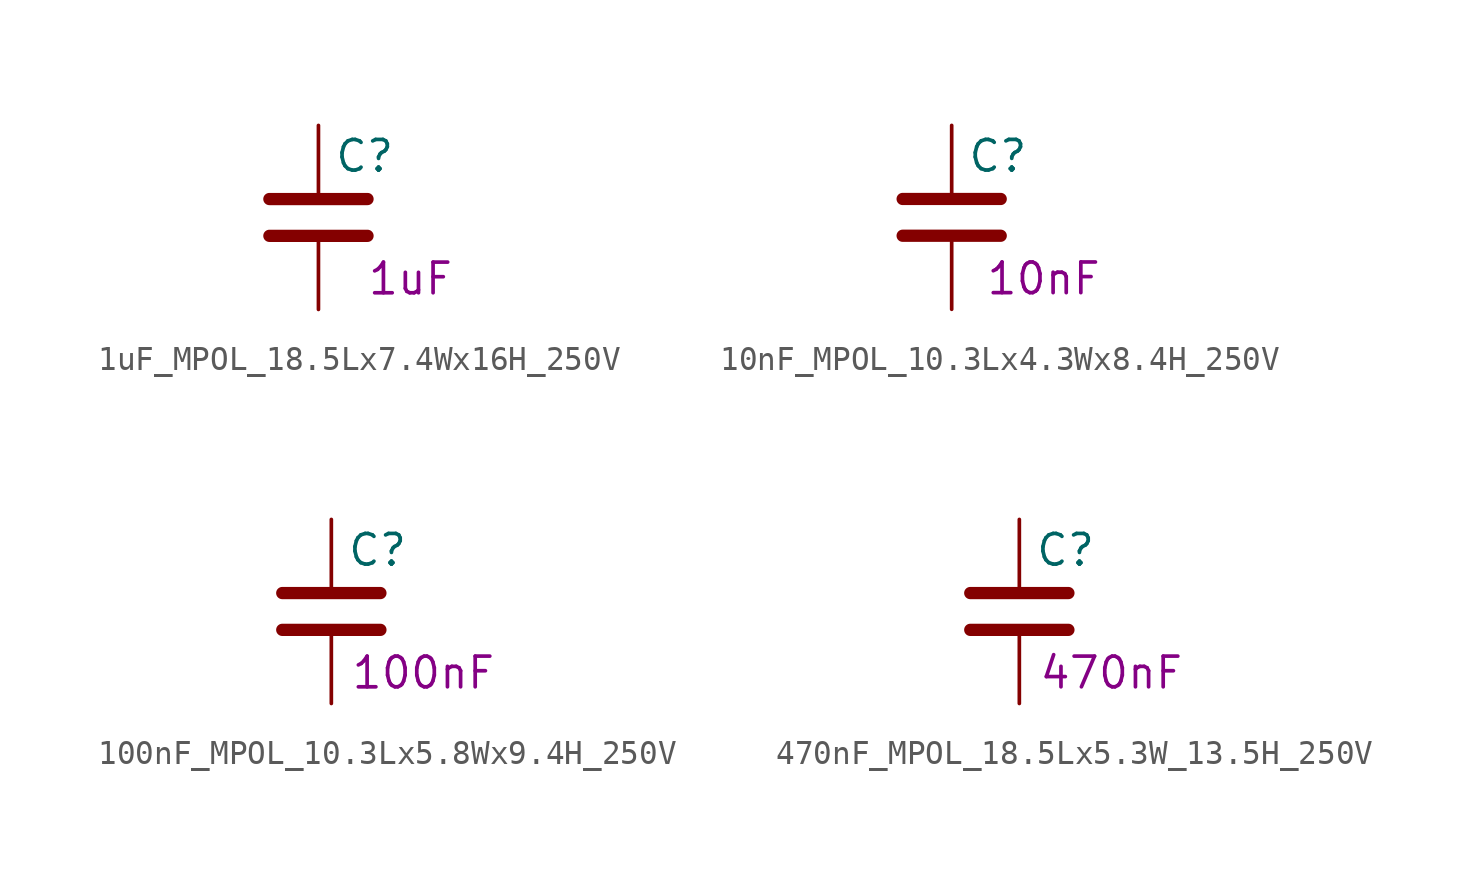
<source format=kicad_sym>
(kicad_symbol_lib
  (version 20211014)
  (generator kicad_symbol_editor)
  (symbol "1uF_MPOL_18.5Lx7.4Wx16H_250V"
    (pin_numbers hide)
    (pin_names
      (offset 0.254))
    (property "Reference" "C"
      (at 0.635 2.54 0)
      (effects (font (size 1.27 1.27)) (justify left)))
    (property "Capacitance" "1uF"
      (at 3.81 -2.54 0)
      (effects (font (size 1.27 1.27))))
    (symbol "1uF_MPOL_18.5Lx7.4Wx16H_250V_0_1"
      (polyline (pts (xy -2.032 -0.762) (xy 2.032 -0.762)) (stroke (width 0.508) (type default) (color 0 0 0 0)) (fill (type none)))
      (polyline (pts (xy -2.032 0.762) (xy 2.032 0.762)) (stroke (width 0.508) (type default) (color 0 0 0 0)) (fill (type none))))
    (symbol "1uF_MPOL_18.5Lx7.4Wx16H_250V_1_1"
      (pin passive line (at 0 3.81 270) (length 2.794) (name "~" (effects (font (size 1.27 1.27)))) (number "1" (effects (font (size 1.27 1.27)))))
      (pin passive line (at 0 -3.81 90) (length 2.794) (name "~" (effects (font (size 1.27 1.27)))) (number "2" (effects (font (size 1.27 1.27)))))))
  (symbol "10nF_MPOL_10.3Lx4.3Wx8.4H_250V"
    (pin_numbers hide)
    (pin_names
      (offset 0.254))
    (property "Reference" "C"
      (at 0.635 2.54 0)
      (effects (font (size 1.27 1.27)) (justify left)))
    (property "Capacitance" "10nF"
      (at 3.81 -2.54 0)
      (effects (font (size 1.27 1.27))))
    (symbol "10nF_MPOL_10.3Lx4.3Wx8.4H_250V_0_1"
      (polyline (pts (xy -2.032 -0.762) (xy 2.032 -0.762)) (stroke (width 0.508) (type default) (color 0 0 0 0)) (fill (type none)))
      (polyline (pts (xy -2.032 0.762) (xy 2.032 0.762)) (stroke (width 0.508) (type default) (color 0 0 0 0)) (fill (type none))))
    (symbol "10nF_MPOL_10.3Lx4.3Wx8.4H_250V_1_1"
      (pin passive line (at 0 3.81 270) (length 2.794) (name "~" (effects (font (size 1.27 1.27)))) (number "1" (effects (font (size 1.27 1.27)))))
      (pin passive line (at 0 -3.81 90) (length 2.794) (name "~" (effects (font (size 1.27 1.27)))) (number "2" (effects (font (size 1.27 1.27)))))))
  (symbol "100nF_MPOL_10.3Lx5.8Wx9.4H_250V"
    (pin_numbers hide)
    (pin_names
      (offset 0.254))
    (property "Reference" "C"
      (at 0.635 2.54 0)
      (effects (font (size 1.27 1.27)) (justify left)))
    (property "Capacitance" "100nF"
      (at 3.81 -2.54 0)
      (effects (font (size 1.27 1.27))))
    (symbol "100nF_MPOL_10.3Lx5.8Wx9.4H_250V_0_1"
      (polyline (pts (xy -2.032 -0.762) (xy 2.032 -0.762)) (stroke (width 0.508) (type default) (color 0 0 0 0)) (fill (type none)))
      (polyline (pts (xy -2.032 0.762) (xy 2.032 0.762)) (stroke (width 0.508) (type default) (color 0 0 0 0)) (fill (type none))))
    (symbol "100nF_MPOL_10.3Lx5.8Wx9.4H_250V_1_1"
      (pin passive line (at 0 3.81 270) (length 2.794) (name "~" (effects (font (size 1.27 1.27)))) (number "1" (effects (font (size 1.27 1.27)))))
      (pin passive line (at 0 -3.81 90) (length 2.794) (name "~" (effects (font (size 1.27 1.27)))) (number "2" (effects (font (size 1.27 1.27)))))))
  (symbol "470nF_MPOL_18.5Lx5.3W_13.5H_250V"
    (pin_numbers hide)
    (pin_names
      (offset 0.254))
    (property "Reference" "C"
      (at 0.635 2.54 0)
      (effects (font (size 1.27 1.27)) (justify left)))
    (property "Capacitance" "470nF"
      (at 3.81 -2.54 0)
      (effects (font (size 1.27 1.27))))
    (symbol "470nF_MPOL_18.5Lx5.3W_13.5H_250V_0_1"
      (polyline (pts (xy -2.032 -0.762) (xy 2.032 -0.762)) (stroke (width 0.508) (type default) (color 0 0 0 0)) (fill (type none)))
      (polyline (pts (xy -2.032 0.762) (xy 2.032 0.762)) (stroke (width 0.508) (type default) (color 0 0 0 0)) (fill (type none))))
    (symbol "470nF_MPOL_18.5Lx5.3W_13.5H_250V_1_1"
      (pin passive line (at 0 3.81 270) (length 2.794) (name "~" (effects (font (size 1.27 1.27)))) (number "1" (effects (font (size 1.27 1.27)))))
      (pin passive line (at 0 -3.81 90) (length 2.794) (name "~" (effects (font (size 1.27 1.27)))) (number "2" (effects (font (size 1.27 1.27))))))))
</source>
